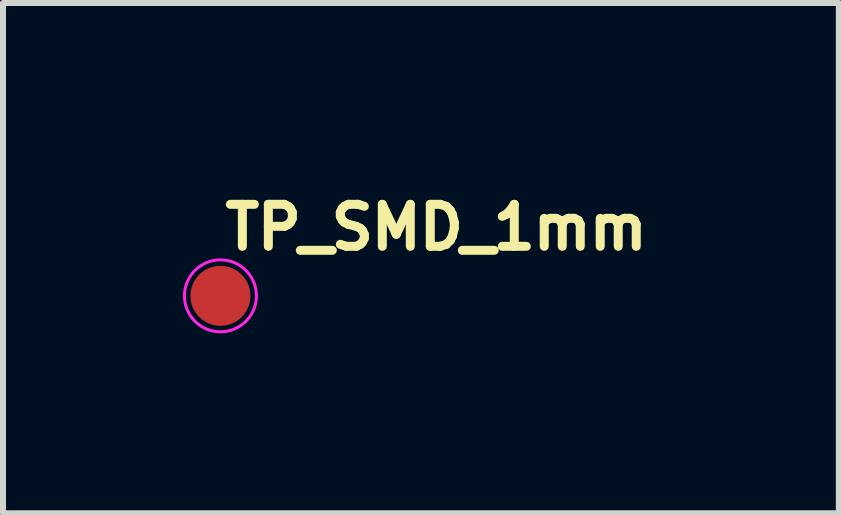
<source format=kicad_pcb>
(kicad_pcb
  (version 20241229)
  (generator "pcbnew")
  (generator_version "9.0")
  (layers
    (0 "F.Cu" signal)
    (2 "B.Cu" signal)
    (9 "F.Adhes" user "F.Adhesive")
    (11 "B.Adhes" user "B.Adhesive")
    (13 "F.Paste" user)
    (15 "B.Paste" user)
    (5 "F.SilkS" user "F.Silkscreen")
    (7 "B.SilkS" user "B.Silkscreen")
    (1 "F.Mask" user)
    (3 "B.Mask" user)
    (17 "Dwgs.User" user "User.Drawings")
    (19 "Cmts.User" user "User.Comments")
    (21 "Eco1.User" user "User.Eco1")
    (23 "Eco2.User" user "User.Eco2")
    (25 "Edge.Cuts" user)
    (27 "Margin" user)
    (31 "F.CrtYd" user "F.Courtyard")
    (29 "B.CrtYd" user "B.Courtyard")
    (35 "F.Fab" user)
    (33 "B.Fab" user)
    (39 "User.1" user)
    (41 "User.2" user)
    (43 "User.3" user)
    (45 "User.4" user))
  (footprint "TP_SMD_1mm"
    (layer "F.Cu")
    (at 0.625 1.882)
    (property "Reference" "TP_SMD_1mm" (at 0 -0.732 0) (layer "F.SilkS") (effects (font (size 0.7 0.7) (thickness 0.15)) (justify left bottom)))
    (attr exclude_from_pos_files exclude_from_bom)
    (fp_circle (center 0 0) (end 0.6 0) (stroke (width 0.05) (type default)) (fill no) (layer "F.CrtYd"))
    (pad "1" smd circle (at 0 0) (size 1 1) (layers "F.Cu" "F.Mask")))
  (gr_rect
    (start -3 -3)
    (end 10.935 5.507)
    (stroke (width 0.1) (type default))
    (fill no)
    (layer "Edge.Cuts")))
</source>
